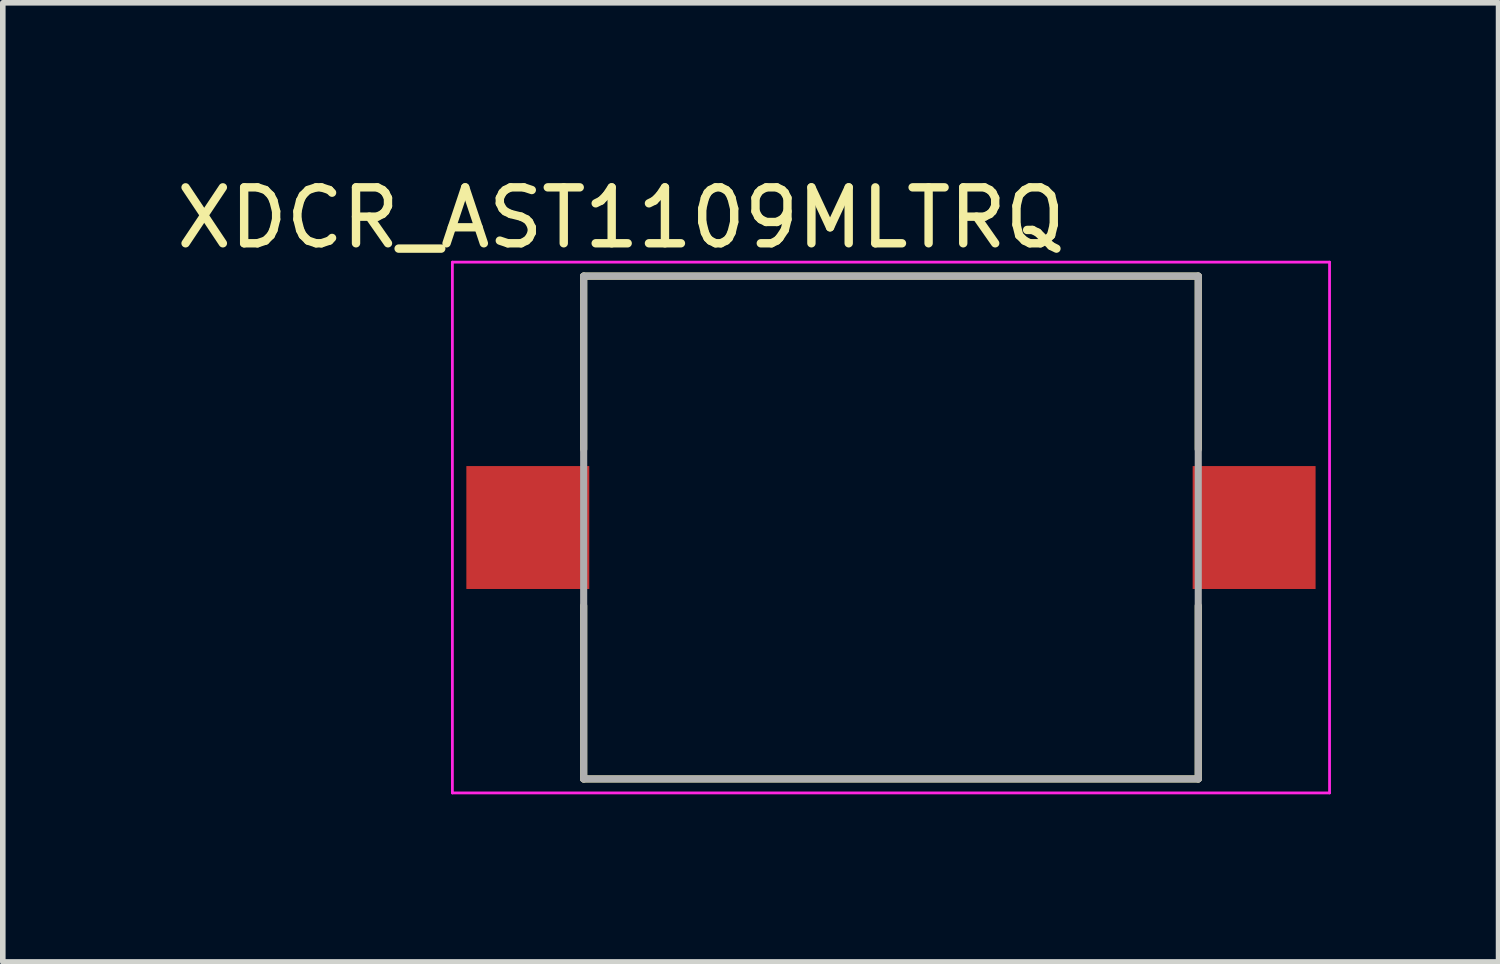
<source format=kicad_pcb>
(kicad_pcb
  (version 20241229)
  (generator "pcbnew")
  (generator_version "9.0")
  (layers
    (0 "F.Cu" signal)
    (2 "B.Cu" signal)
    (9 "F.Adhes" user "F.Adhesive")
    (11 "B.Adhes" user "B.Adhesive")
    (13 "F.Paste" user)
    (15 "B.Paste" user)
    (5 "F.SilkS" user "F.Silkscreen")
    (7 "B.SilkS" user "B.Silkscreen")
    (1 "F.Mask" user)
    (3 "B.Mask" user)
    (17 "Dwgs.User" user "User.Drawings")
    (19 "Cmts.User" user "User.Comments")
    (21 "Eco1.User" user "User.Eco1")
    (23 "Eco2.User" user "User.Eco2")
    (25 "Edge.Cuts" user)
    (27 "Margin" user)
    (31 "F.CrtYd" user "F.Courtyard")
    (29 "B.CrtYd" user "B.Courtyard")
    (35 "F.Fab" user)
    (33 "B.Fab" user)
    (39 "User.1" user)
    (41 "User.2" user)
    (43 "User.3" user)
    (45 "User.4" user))
  (footprint "XDCR_AST1109MLTRQ"
    (layer "F.Cu")
    (at 12.897 6.392)
    (property "Reference" "XDCR_AST1109MLTRQ" (at -4.832 -5.543 0) (layer "F.SilkS") (effects (font (size 1.001 1.001) (thickness 0.15))))
    (attr smd)
    (fp_line (start -5.5 -4.5) (end 5.5 -4.5) (stroke (width 0.127) (type solid)) (layer "F.SilkS"))
    (fp_line (start -5.5 -1.4) (end -5.5 -4.5) (stroke (width 0.127) (type solid)) (layer "F.SilkS"))
    (fp_line (start -5.5 4.5) (end -5.5 1.4) (stroke (width 0.127) (type solid)) (layer "F.SilkS"))
    (fp_line (start 5.5 -4.5) (end 5.5 -1.4) (stroke (width 0.127) (type solid)) (layer "F.SilkS"))
    (fp_line (start 5.5 1.4) (end 5.5 4.5) (stroke (width 0.127) (type solid)) (layer "F.SilkS"))
    (fp_line (start 5.5 4.5) (end -5.5 4.5) (stroke (width 0.127) (type solid)) (layer "F.SilkS"))
    (fp_line (start -7.85 -4.75) (end 7.85 -4.75) (stroke (width 0.05) (type solid)) (layer "F.CrtYd"))
    (fp_line (start -7.85 4.75) (end -7.85 -4.75) (stroke (width 0.05) (type solid)) (layer "F.CrtYd"))
    (fp_line (start 7.85 -4.75) (end 7.85 4.75) (stroke (width 0.05) (type solid)) (layer "F.CrtYd"))
    (fp_line (start 7.85 4.75) (end -7.85 4.75) (stroke (width 0.05) (type solid)) (layer "F.CrtYd"))
    (fp_line (start -5.5 -4.5) (end 5.5 -4.5) (stroke (width 0.127) (type solid)) (layer "F.Fab"))
    (fp_line (start -5.5 4.5) (end -5.5 -4.5) (stroke (width 0.127) (type solid)) (layer "F.Fab"))
    (fp_line (start 5.5 -4.5) (end 5.5 4.5) (stroke (width 0.127) (type solid)) (layer "F.Fab"))
    (fp_line (start 5.5 4.5) (end -5.5 4.5) (stroke (width 0.127) (type solid)) (layer "F.Fab"))
    (pad "1" smd rect (at -6.5 0) (size 2.2 2.2) (layers "F.Cu" "F.Mask" "F.Paste"))
    (pad "2" smd rect (at 6.5 0) (size 2.2 2.2) (layers "F.Cu" "F.Mask" "F.Paste")))
  (gr_rect
    (start -3 -3)
    (end 23.772 14.167)
    (stroke (width 0.1) (type default))
    (fill no)
    (layer "Edge.Cuts")))
</source>
